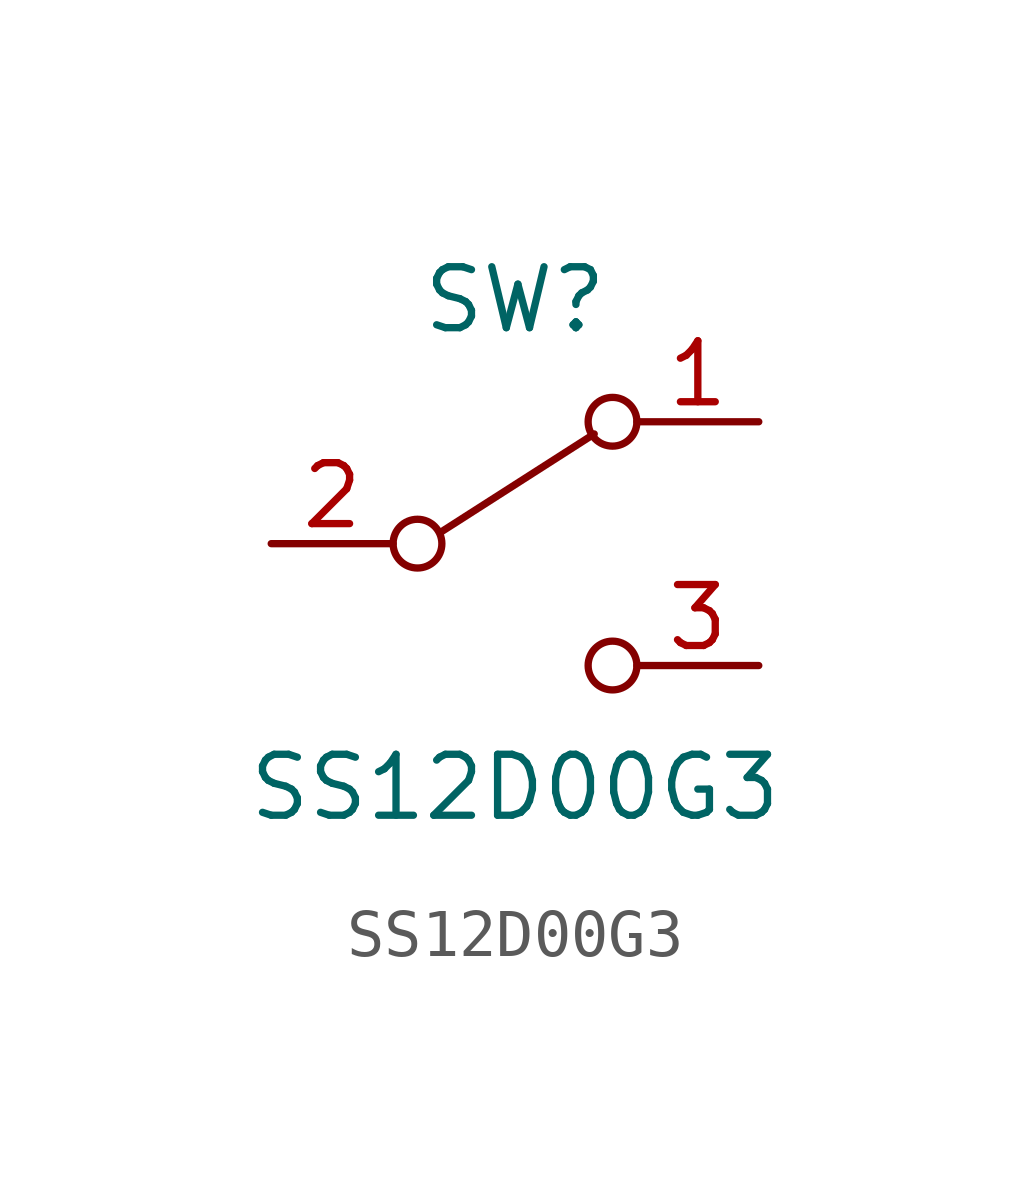
<source format=kicad_sym>
(kicad_symbol_lib
  (version 20231120)
  (generator "kicad_symbol_editor")
  (generator_version "9.0")
  (symbol "SS12D00G3"
    (pin_names
      (offset 0) hide)
    (property "Reference" "SW"
      (at 0 5.08 0)
      (effects (font (size 1.27 1.27))))
    (property "Value" "SS12D00G3"
      (at 0 -5.08 0)
      (effects (font (size 1.27 1.27))))
    (symbol "SS12D00G3_0_0"
      (circle (center -2.032 0) (radius 0.508) (stroke (width 0) (type default)) (fill (type none)))
      (circle (center 2.032 2.54) (radius 0.508) (stroke (width 0) (type default)) (fill (type none))))
    (symbol "SS12D00G3_0_1"
      (polyline (pts (xy -1.524 0.254) (xy 1.651 2.286)) (stroke (width 0) (type default)) (fill (type none)))
      (circle (center 2.032 -2.54) (radius 0.508) (stroke (width 0) (type default)) (fill (type none))))
    (symbol "SS12D00G3_1_1"
      (pin passive line (at 5.08 2.54 180) (length 2.54) (name "NO" (effects (font (size 1.27 1.27)))) (number "1" (effects (font (size 1.27 1.27)))))
      (pin passive line (at -5.08 0 0) (length 2.54) (name "COM" (effects (font (size 1.27 1.27)))) (number "2" (effects (font (size 1.27 1.27)))))
      (pin passive line (at 5.08 -2.54 180) (length 2.54) (name "NC" (effects (font (size 1.27 1.27)))) (number "3" (effects (font (size 1.27 1.27))))))))
</source>
